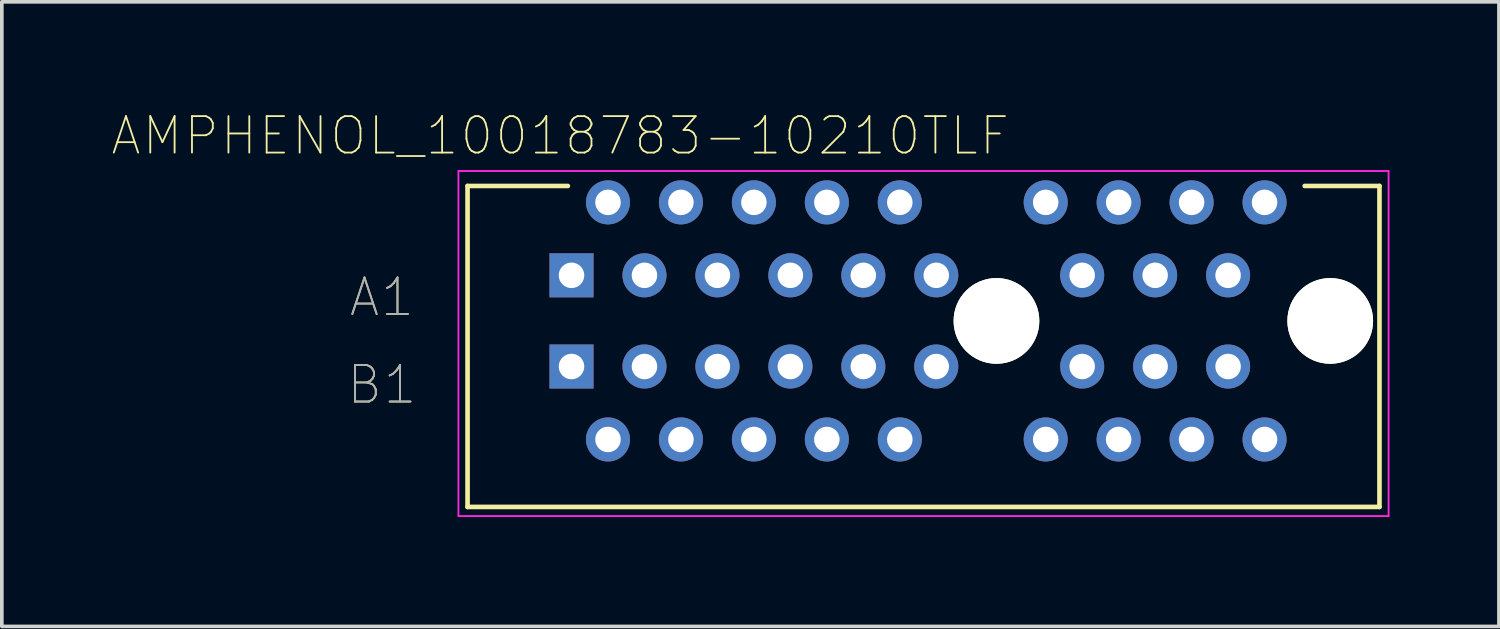
<source format=kicad_pcb>
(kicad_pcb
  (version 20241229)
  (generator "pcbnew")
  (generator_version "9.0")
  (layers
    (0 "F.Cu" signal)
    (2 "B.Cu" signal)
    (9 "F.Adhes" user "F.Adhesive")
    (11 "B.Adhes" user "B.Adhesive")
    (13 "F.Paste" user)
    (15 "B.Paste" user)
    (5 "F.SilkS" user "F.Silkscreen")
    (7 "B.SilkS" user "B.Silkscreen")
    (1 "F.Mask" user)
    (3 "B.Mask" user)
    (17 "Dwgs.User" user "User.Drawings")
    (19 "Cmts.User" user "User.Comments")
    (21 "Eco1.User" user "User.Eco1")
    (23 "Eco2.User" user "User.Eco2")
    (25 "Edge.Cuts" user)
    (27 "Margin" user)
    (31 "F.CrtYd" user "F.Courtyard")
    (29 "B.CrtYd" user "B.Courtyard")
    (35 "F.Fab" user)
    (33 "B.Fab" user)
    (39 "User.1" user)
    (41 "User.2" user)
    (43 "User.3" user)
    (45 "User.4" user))
  (footprint "AMPHENOL_10018783-10210TLF"
    (layer "F.Cu")
    (at 24.268 5.748)
    (property "Reference" "AMPHENOL_10018783-10210TLF" (at -11.96 -5.075 180) (layer "F.SilkS") (effects (font (size 1 1) (thickness 0.05))))
    (attr through_hole)
    (fp_line (start -14.5 -3.7) (end -11.75 -3.7) (stroke (width 0.127) (type solid)) (layer "F.SilkS"))
    (fp_line (start -14.5 5.1) (end -14.5 -3.7) (stroke (width 0.127) (type solid)) (layer "F.SilkS"))
    (fp_line (start 10.5 -3.7) (end 8.45 -3.7) (stroke (width 0.127) (type solid)) (layer "F.SilkS"))
    (fp_line (start 10.5 -3.7) (end 10.5 5.1) (stroke (width 0.127) (type solid)) (layer "F.SilkS"))
    (fp_line (start 10.5 5.1) (end -14.5 5.1) (stroke (width 0.127) (type solid)) (layer "F.SilkS"))
    (fp_line (start -14.5 -3.7) (end 10.5 -3.7) (stroke (width 0.127) (type solid)) (layer "Eco2.User"))
    (fp_line (start -14.5 5.1) (end -14.5 -3.7) (stroke (width 0.127) (type solid)) (layer "Eco2.User"))
    (fp_line (start 10.5 -3.7) (end 10.5 5.1) (stroke (width 0.127) (type solid)) (layer "Eco2.User"))
    (fp_line (start 10.5 5.1) (end -14.5 5.1) (stroke (width 0.127) (type solid)) (layer "Eco2.User"))
    (fp_line (start -14.75 -4.11) (end 10.75 -4.11) (stroke (width 0.05) (type solid)) (layer "F.CrtYd"))
    (fp_line (start -14.75 5.35) (end -14.75 -4.11) (stroke (width 0.05) (type solid)) (layer "F.CrtYd"))
    (fp_line (start 10.75 -4.11) (end 10.75 5.35) (stroke (width 0.05) (type solid)) (layer "F.CrtYd"))
    (fp_line (start 10.75 5.35) (end -14.75 5.35) (stroke (width 0.05) (type solid)) (layer "F.CrtYd"))
    (fp_text user "B1" (at -16.85 1.75 180) (layer "F.SilkS") (effects (font (size 1 1) (thickness 0.05))))
    (fp_text user "A1" (at -16.85 -0.65 180) (layer "F.SilkS") (effects (font (size 1 1) (thickness 0.05))))
    (fp_text user "A1" (at -16.85 -0.65 180) (layer "F.Fab") (effects (font (size 1 1) (thickness 0.05))))
    (fp_text user "B1" (at -16.85 1.75 180) (layer "F.Fab") (effects (font (size 1 1) (thickness 0.05))))
    (pad "" np_thru_hole circle (at 0 0) (size 2.35 2.35) (drill 2.35) (layers "*.Cu" "*.Mask" "F.SilkS"))
    (pad "" np_thru_hole circle (at 9.15 0) (size 2.35 2.35) (drill 2.35) (layers "*.Cu" "*.Mask" "F.SilkS"))
    (pad "A1" thru_hole rect (at -11.65 -1.25) (size 1.208 1.208) (drill 0.7) (layers "*.Cu" "*.Mask"))
    (pad "A2" thru_hole circle (at -10.65 -3.25) (size 1.208 1.208) (drill 0.7) (layers "*.Cu" "*.Mask"))
    (pad "A3" thru_hole circle (at -9.65 -1.25) (size 1.208 1.208) (drill 0.7) (layers "*.Cu" "*.Mask"))
    (pad "A4" thru_hole circle (at -8.65 -3.25) (size 1.208 1.208) (drill 0.7) (layers "*.Cu" "*.Mask"))
    (pad "A5" thru_hole circle (at -7.65 -1.25) (size 1.208 1.208) (drill 0.7) (layers "*.Cu" "*.Mask"))
    (pad "A6" thru_hole circle (at -6.65 -3.25) (size 1.208 1.208) (drill 0.7) (layers "*.Cu" "*.Mask"))
    (pad "A7" thru_hole circle (at -5.65 -1.25) (size 1.208 1.208) (drill 0.7) (layers "*.Cu" "*.Mask"))
    (pad "A8" thru_hole circle (at -4.65 -3.25) (size 1.208 1.208) (drill 0.7) (layers "*.Cu" "*.Mask"))
    (pad "A9" thru_hole circle (at -3.65 -1.25) (size 1.208 1.208) (drill 0.7) (layers "*.Cu" "*.Mask"))
    (pad "A10" thru_hole circle (at -2.65 -3.25) (size 1.208 1.208) (drill 0.7) (layers "*.Cu" "*.Mask"))
    (pad "A11" thru_hole circle (at -1.65 -1.25) (size 1.208 1.208) (drill 0.7) (layers "*.Cu" "*.Mask"))
    (pad "A12" thru_hole circle (at 1.35 -3.25) (size 1.208 1.208) (drill 0.7) (layers "*.Cu" "*.Mask"))
    (pad "A13" thru_hole circle (at 2.35 -1.25) (size 1.208 1.208) (drill 0.7) (layers "*.Cu" "*.Mask"))
    (pad "A14" thru_hole circle (at 3.35 -3.25) (size 1.208 1.208) (drill 0.7) (layers "*.Cu" "*.Mask"))
    (pad "A15" thru_hole circle (at 4.35 -1.25) (size 1.208 1.208) (drill 0.7) (layers "*.Cu" "*.Mask"))
    (pad "A16" thru_hole circle (at 5.35 -3.25) (size 1.208 1.208) (drill 0.7) (layers "*.Cu" "*.Mask"))
    (pad "A17" thru_hole circle (at 6.35 -1.25) (size 1.208 1.208) (drill 0.7) (layers "*.Cu" "*.Mask"))
    (pad "A18" thru_hole circle (at 7.35 -3.25) (size 1.208 1.208) (drill 0.7) (layers "*.Cu" "*.Mask"))
    (pad "B1" thru_hole rect (at -11.65 1.25) (size 1.208 1.208) (drill 0.7) (layers "*.Cu" "*.Mask"))
    (pad "B2" thru_hole circle (at -10.65 3.25) (size 1.208 1.208) (drill 0.7) (layers "*.Cu" "*.Mask"))
    (pad "B3" thru_hole circle (at -9.65 1.25) (size 1.208 1.208) (drill 0.7) (layers "*.Cu" "*.Mask"))
    (pad "B4" thru_hole circle (at -8.65 3.25) (size 1.208 1.208) (drill 0.7) (layers "*.Cu" "*.Mask"))
    (pad "B5" thru_hole circle (at -7.65 1.25) (size 1.208 1.208) (drill 0.7) (layers "*.Cu" "*.Mask"))
    (pad "B6" thru_hole circle (at -6.65 3.25) (size 1.208 1.208) (drill 0.7) (layers "*.Cu" "*.Mask"))
    (pad "B7" thru_hole circle (at -5.65 1.25) (size 1.208 1.208) (drill 0.7) (layers "*.Cu" "*.Mask"))
    (pad "B8" thru_hole circle (at -4.65 3.25) (size 1.208 1.208) (drill 0.7) (layers "*.Cu" "*.Mask"))
    (pad "B9" thru_hole circle (at -3.65 1.25) (size 1.208 1.208) (drill 0.7) (layers "*.Cu" "*.Mask"))
    (pad "B10" thru_hole circle (at -2.65 3.25) (size 1.208 1.208) (drill 0.7) (layers "*.Cu" "*.Mask"))
    (pad "B11" thru_hole circle (at -1.65 1.25) (size 1.208 1.208) (drill 0.7) (layers "*.Cu" "*.Mask"))
    (pad "B12" thru_hole circle (at 1.35 3.25) (size 1.208 1.208) (drill 0.7) (layers "*.Cu" "*.Mask"))
    (pad "B13" thru_hole circle (at 2.35 1.25) (size 1.208 1.208) (drill 0.7) (layers "*.Cu" "*.Mask"))
    (pad "B14" thru_hole circle (at 3.35 3.25) (size 1.208 1.208) (drill 0.7) (layers "*.Cu" "*.Mask"))
    (pad "B15" thru_hole circle (at 4.35 1.25) (size 1.208 1.208) (drill 0.7) (layers "*.Cu" "*.Mask"))
    (pad "B16" thru_hole circle (at 5.35 3.25) (size 1.208 1.208) (drill 0.7) (layers "*.Cu" "*.Mask"))
    (pad "B17" thru_hole circle (at 6.35 1.25) (size 1.208 1.208) (drill 0.7) (layers "*.Cu" "*.Mask"))
    (pad "B18" thru_hole circle (at 7.35 3.25) (size 1.208 1.208) (drill 0.7) (layers "*.Cu" "*.Mask")))
  (gr_rect
    (start -3 -3)
    (end 38.043 14.123)
    (stroke (width 0.1) (type default))
    (fill no)
    (layer "Edge.Cuts")))
</source>
